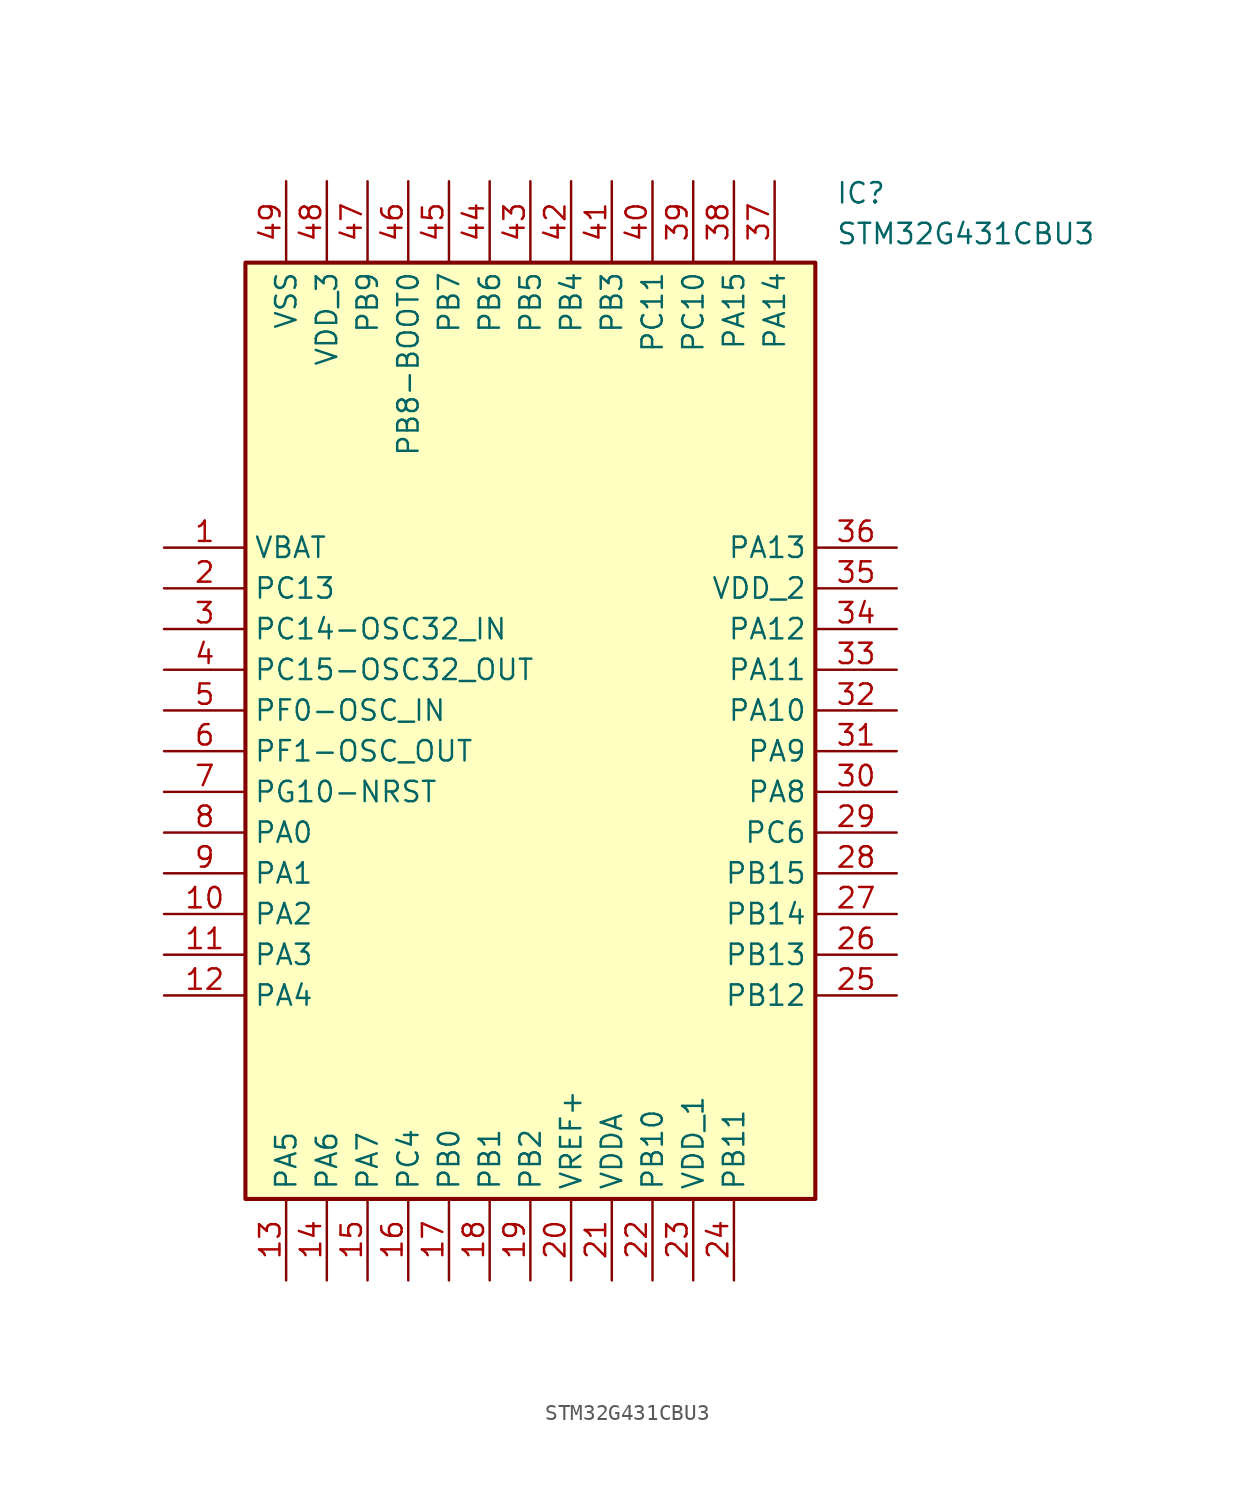
<source format=kicad_sym>
(kicad_symbol_lib
  (version 20211014)
  (generator SamacSys_ECAD_Model)
  (symbol "STM32G431CBU3"
    (property "Reference" "IC"
      (at 41.91 22.86 0)
      (effects (font (size 1.27 1.27)) (justify left top)))
    (property "Value" "STM32G431CBU3"
      (at 41.91 20.32 0)
      (effects (font (size 1.27 1.27)) (justify left top)))
    (rectangle
      (start 5.08 17.78)
      (end 40.64 -40.64)
      (stroke (width 0.254) (type default))
      (fill (type background)))
    (pin passive line
      (at 0 0 0)
      (length 5.08)
      (name "VBAT" (effects (font (size 1.27 1.27))))
      (number "1" (effects (font (size 1.27 1.27)))))
    (pin passive line
      (at 0 -2.54 0)
      (length 5.08)
      (name "PC13" (effects (font (size 1.27 1.27))))
      (number "2" (effects (font (size 1.27 1.27)))))
    (pin passive line
      (at 0 -5.08 0)
      (length 5.08)
      (name "PC14-OSC32_IN" (effects (font (size 1.27 1.27))))
      (number "3" (effects (font (size 1.27 1.27)))))
    (pin passive line
      (at 0 -7.62 0)
      (length 5.08)
      (name "PC15-OSC32_OUT" (effects (font (size 1.27 1.27))))
      (number "4" (effects (font (size 1.27 1.27)))))
    (pin passive line
      (at 0 -10.16 0)
      (length 5.08)
      (name "PF0-OSC_IN" (effects (font (size 1.27 1.27))))
      (number "5" (effects (font (size 1.27 1.27)))))
    (pin passive line
      (at 0 -12.7 0)
      (length 5.08)
      (name "PF1-OSC_OUT" (effects (font (size 1.27 1.27))))
      (number "6" (effects (font (size 1.27 1.27)))))
    (pin passive line
      (at 0 -15.24 0)
      (length 5.08)
      (name "PG10-NRST" (effects (font (size 1.27 1.27))))
      (number "7" (effects (font (size 1.27 1.27)))))
    (pin passive line
      (at 0 -17.78 0)
      (length 5.08)
      (name "PA0" (effects (font (size 1.27 1.27))))
      (number "8" (effects (font (size 1.27 1.27)))))
    (pin passive line
      (at 0 -20.32 0)
      (length 5.08)
      (name "PA1" (effects (font (size 1.27 1.27))))
      (number "9" (effects (font (size 1.27 1.27)))))
    (pin passive line
      (at 0 -22.86 0)
      (length 5.08)
      (name "PA2" (effects (font (size 1.27 1.27))))
      (number "10" (effects (font (size 1.27 1.27)))))
    (pin passive line
      (at 0 -25.4 0)
      (length 5.08)
      (name "PA3" (effects (font (size 1.27 1.27))))
      (number "11" (effects (font (size 1.27 1.27)))))
    (pin passive line
      (at 0 -27.94 0)
      (length 5.08)
      (name "PA4" (effects (font (size 1.27 1.27))))
      (number "12" (effects (font (size 1.27 1.27)))))
    (pin passive line
      (at 7.62 -45.72 90)
      (length 5.08)
      (name "PA5" (effects (font (size 1.27 1.27))))
      (number "13" (effects (font (size 1.27 1.27)))))
    (pin passive line
      (at 10.16 -45.72 90)
      (length 5.08)
      (name "PA6" (effects (font (size 1.27 1.27))))
      (number "14" (effects (font (size 1.27 1.27)))))
    (pin passive line
      (at 12.7 -45.72 90)
      (length 5.08)
      (name "PA7" (effects (font (size 1.27 1.27))))
      (number "15" (effects (font (size 1.27 1.27)))))
    (pin passive line
      (at 15.24 -45.72 90)
      (length 5.08)
      (name "PC4" (effects (font (size 1.27 1.27))))
      (number "16" (effects (font (size 1.27 1.27)))))
    (pin passive line
      (at 17.78 -45.72 90)
      (length 5.08)
      (name "PB0" (effects (font (size 1.27 1.27))))
      (number "17" (effects (font (size 1.27 1.27)))))
    (pin passive line
      (at 20.32 -45.72 90)
      (length 5.08)
      (name "PB1" (effects (font (size 1.27 1.27))))
      (number "18" (effects (font (size 1.27 1.27)))))
    (pin passive line
      (at 22.86 -45.72 90)
      (length 5.08)
      (name "PB2" (effects (font (size 1.27 1.27))))
      (number "19" (effects (font (size 1.27 1.27)))))
    (pin passive line
      (at 25.4 -45.72 90)
      (length 5.08)
      (name "VREF+" (effects (font (size 1.27 1.27))))
      (number "20" (effects (font (size 1.27 1.27)))))
    (pin passive line
      (at 27.94 -45.72 90)
      (length 5.08)
      (name "VDDA" (effects (font (size 1.27 1.27))))
      (number "21" (effects (font (size 1.27 1.27)))))
    (pin passive line
      (at 30.48 -45.72 90)
      (length 5.08)
      (name "PB10" (effects (font (size 1.27 1.27))))
      (number "22" (effects (font (size 1.27 1.27)))))
    (pin passive line
      (at 33.02 -45.72 90)
      (length 5.08)
      (name "VDD_1" (effects (font (size 1.27 1.27))))
      (number "23" (effects (font (size 1.27 1.27)))))
    (pin passive line
      (at 35.56 -45.72 90)
      (length 5.08)
      (name "PB11" (effects (font (size 1.27 1.27))))
      (number "24" (effects (font (size 1.27 1.27)))))
    (pin passive line
      (at 45.72 0 180)
      (length 5.08)
      (name "PA13" (effects (font (size 1.27 1.27))))
      (number "36" (effects (font (size 1.27 1.27)))))
    (pin passive line
      (at 45.72 -2.54 180)
      (length 5.08)
      (name "VDD_2" (effects (font (size 1.27 1.27))))
      (number "35" (effects (font (size 1.27 1.27)))))
    (pin passive line
      (at 45.72 -5.08 180)
      (length 5.08)
      (name "PA12" (effects (font (size 1.27 1.27))))
      (number "34" (effects (font (size 1.27 1.27)))))
    (pin passive line
      (at 45.72 -7.62 180)
      (length 5.08)
      (name "PA11" (effects (font (size 1.27 1.27))))
      (number "33" (effects (font (size 1.27 1.27)))))
    (pin passive line
      (at 45.72 -10.16 180)
      (length 5.08)
      (name "PA10" (effects (font (size 1.27 1.27))))
      (number "32" (effects (font (size 1.27 1.27)))))
    (pin passive line
      (at 45.72 -12.7 180)
      (length 5.08)
      (name "PA9" (effects (font (size 1.27 1.27))))
      (number "31" (effects (font (size 1.27 1.27)))))
    (pin passive line
      (at 45.72 -15.24 180)
      (length 5.08)
      (name "PA8" (effects (font (size 1.27 1.27))))
      (number "30" (effects (font (size 1.27 1.27)))))
    (pin passive line
      (at 45.72 -17.78 180)
      (length 5.08)
      (name "PC6" (effects (font (size 1.27 1.27))))
      (number "29" (effects (font (size 1.27 1.27)))))
    (pin passive line
      (at 45.72 -20.32 180)
      (length 5.08)
      (name "PB15" (effects (font (size 1.27 1.27))))
      (number "28" (effects (font (size 1.27 1.27)))))
    (pin passive line
      (at 45.72 -22.86 180)
      (length 5.08)
      (name "PB14" (effects (font (size 1.27 1.27))))
      (number "27" (effects (font (size 1.27 1.27)))))
    (pin passive line
      (at 45.72 -25.4 180)
      (length 5.08)
      (name "PB13" (effects (font (size 1.27 1.27))))
      (number "26" (effects (font (size 1.27 1.27)))))
    (pin passive line
      (at 45.72 -27.94 180)
      (length 5.08)
      (name "PB12" (effects (font (size 1.27 1.27))))
      (number "25" (effects (font (size 1.27 1.27)))))
    (pin passive line
      (at 7.62 22.86 270)
      (length 5.08)
      (name "VSS" (effects (font (size 1.27 1.27))))
      (number "49" (effects (font (size 1.27 1.27)))))
    (pin passive line
      (at 10.16 22.86 270)
      (length 5.08)
      (name "VDD_3" (effects (font (size 1.27 1.27))))
      (number "48" (effects (font (size 1.27 1.27)))))
    (pin passive line
      (at 12.7 22.86 270)
      (length 5.08)
      (name "PB9" (effects (font (size 1.27 1.27))))
      (number "47" (effects (font (size 1.27 1.27)))))
    (pin passive line
      (at 15.24 22.86 270)
      (length 5.08)
      (name "PB8-BOOT0" (effects (font (size 1.27 1.27))))
      (number "46" (effects (font (size 1.27 1.27)))))
    (pin passive line
      (at 17.78 22.86 270)
      (length 5.08)
      (name "PB7" (effects (font (size 1.27 1.27))))
      (number "45" (effects (font (size 1.27 1.27)))))
    (pin passive line
      (at 20.32 22.86 270)
      (length 5.08)
      (name "PB6" (effects (font (size 1.27 1.27))))
      (number "44" (effects (font (size 1.27 1.27)))))
    (pin passive line
      (at 22.86 22.86 270)
      (length 5.08)
      (name "PB5" (effects (font (size 1.27 1.27))))
      (number "43" (effects (font (size 1.27 1.27)))))
    (pin passive line
      (at 25.4 22.86 270)
      (length 5.08)
      (name "PB4" (effects (font (size 1.27 1.27))))
      (number "42" (effects (font (size 1.27 1.27)))))
    (pin passive line
      (at 27.94 22.86 270)
      (length 5.08)
      (name "PB3" (effects (font (size 1.27 1.27))))
      (number "41" (effects (font (size 1.27 1.27)))))
    (pin passive line
      (at 30.48 22.86 270)
      (length 5.08)
      (name "PC11" (effects (font (size 1.27 1.27))))
      (number "40" (effects (font (size 1.27 1.27)))))
    (pin passive line
      (at 33.02 22.86 270)
      (length 5.08)
      (name "PC10" (effects (font (size 1.27 1.27))))
      (number "39" (effects (font (size 1.27 1.27)))))
    (pin passive line
      (at 35.56 22.86 270)
      (length 5.08)
      (name "PA15" (effects (font (size 1.27 1.27))))
      (number "38" (effects (font (size 1.27 1.27)))))
    (pin passive line
      (at 38.1 22.86 270)
      (length 5.08)
      (name "PA14" (effects (font (size 1.27 1.27))))
      (number "37" (effects (font (size 1.27 1.27)))))))
</source>
